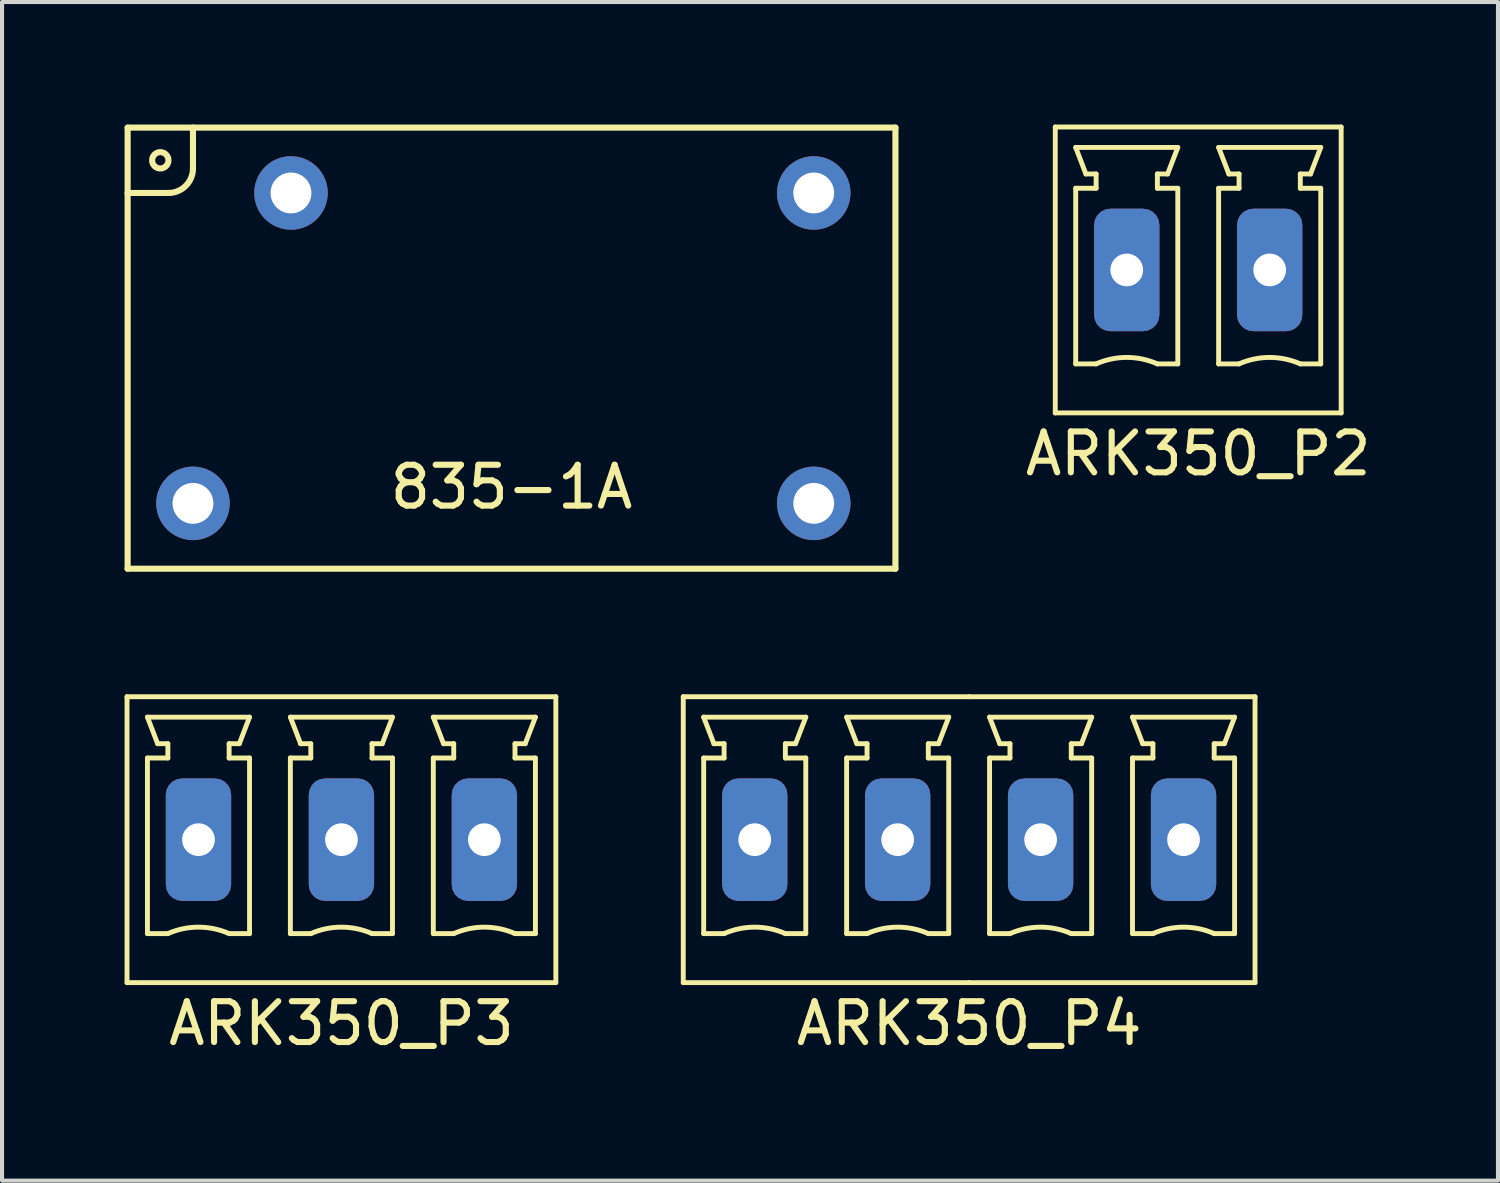
<source format=kicad_pcb>
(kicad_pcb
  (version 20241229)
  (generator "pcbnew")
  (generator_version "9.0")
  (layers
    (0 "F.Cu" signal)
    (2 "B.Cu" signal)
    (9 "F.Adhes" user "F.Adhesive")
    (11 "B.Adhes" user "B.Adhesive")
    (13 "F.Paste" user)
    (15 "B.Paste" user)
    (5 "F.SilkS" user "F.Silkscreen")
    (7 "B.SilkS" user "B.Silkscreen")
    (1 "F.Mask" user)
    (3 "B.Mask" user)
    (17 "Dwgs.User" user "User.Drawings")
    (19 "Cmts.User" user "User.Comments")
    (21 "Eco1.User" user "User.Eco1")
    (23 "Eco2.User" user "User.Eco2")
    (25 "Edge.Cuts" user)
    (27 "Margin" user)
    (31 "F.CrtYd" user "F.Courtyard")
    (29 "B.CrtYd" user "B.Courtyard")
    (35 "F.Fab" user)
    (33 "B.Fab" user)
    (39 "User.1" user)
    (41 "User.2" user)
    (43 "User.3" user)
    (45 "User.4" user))
  (footprint "835-1A"
    (layer "F.Cu")
    (at 9.475 5.475)
    (property "Reference" "835-1A" (at 0 3.4 0) (layer "F.SilkS") (effects (font (size 1 1) (thickness 0.15))))
    (attr through_hole)
    (fp_line (start -9.4 -5.4) (end 9.4 -5.4) (stroke (width 0.15) (type solid)) (layer "F.SilkS"))
    (fp_line (start -9.4 -3.8) (end -8.4 -3.8) (stroke (width 0.15) (type solid)) (layer "F.SilkS"))
    (fp_line (start -9.4 5.4) (end -9.4 -5.4) (stroke (width 0.15) (type solid)) (layer "F.SilkS"))
    (fp_line (start -7.8 -4.4) (end -7.8 -5.4) (stroke (width 0.15) (type solid)) (layer "F.SilkS"))
    (fp_line (start 9.4 -5.4) (end 9.4 5.4) (stroke (width 0.15) (type solid)) (layer "F.SilkS"))
    (fp_line (start 9.4 5.4) (end -9.4 5.4) (stroke (width 0.15) (type solid)) (layer "F.SilkS"))
    (fp_arc (start -7.8 -4.4) (mid -7.975736 -3.975736) (end -8.4 -3.8) (stroke (width 0.15) (type solid)) (layer "F.SilkS"))
    (fp_circle (center -8.6 -4.6) (end -8.4 -4.6) (stroke (width 0.15) (type solid)) (fill no) (layer "F.SilkS"))
    (pad "1" thru_hole circle (at 7.4 -3.8) (size 1.8 1.8) (drill 1) (layers "*.Cu" "*.Mask"))
    (pad "2" thru_hole circle (at 7.4 3.8) (size 1.8 1.8) (drill 1) (layers "*.Cu" "*.Mask"))
    (pad "3" thru_hole circle (at -5.4 -3.8) (size 1.8 1.8) (drill 1) (layers "*.Cu" "*.Mask"))
    (pad "4" thru_hole circle (at -7.8 3.8) (size 1.8 1.8) (drill 1) (layers "*.Cu" "*.Mask")))
  (footprint "ARK350_P2"
    (layer "F.Cu")
    (at 26.289 3.56)
    (property "Reference" "ARK350_P2" (at 0 4.5 0) (layer "F.SilkS") (effects (font (size 1 1) (thickness 0.15))))
    (attr through_hole)
    (fp_line (start -3.5 -3.5) (end -3.5 3.5) (stroke (width 0.12) (type solid)) (layer "F.SilkS"))
    (fp_line (start -3.5 3.5) (end 3.5 3.5) (stroke (width 0.12) (type solid)) (layer "F.SilkS"))
    (fp_line (start -3 -3) (end -0.5 -3) (stroke (width 0.12) (type solid)) (layer "F.SilkS"))
    (fp_line (start -3 -2) (end -2.5 -2) (stroke (width 0.12) (type solid)) (layer "F.SilkS"))
    (fp_line (start -3 2.3) (end -3 -2) (stroke (width 0.12) (type solid)) (layer "F.SilkS"))
    (fp_line (start -2.75 -2.35) (end -3 -3) (stroke (width 0.12) (type solid)) (layer "F.SilkS"))
    (fp_line (start -2.5 -2.35) (end -2.75 -2.35) (stroke (width 0.12) (type solid)) (layer "F.SilkS"))
    (fp_line (start -2.5 -2) (end -2.5 -2.35) (stroke (width 0.12) (type solid)) (layer "F.SilkS"))
    (fp_line (start -2.5 2.3) (end -3 2.3) (stroke (width 0.12) (type solid)) (layer "F.SilkS"))
    (fp_line (start -1 -2.35) (end -1 -2) (stroke (width 0.12) (type solid)) (layer "F.SilkS"))
    (fp_line (start -1 -2) (end -0.5 -2) (stroke (width 0.12) (type solid)) (layer "F.SilkS"))
    (fp_line (start -0.75 -2.35) (end -1 -2.35) (stroke (width 0.12) (type solid)) (layer "F.SilkS"))
    (fp_line (start -0.5 -3) (end -0.75 -2.35) (stroke (width 0.12) (type solid)) (layer "F.SilkS"))
    (fp_line (start -0.5 -2) (end -0.5 2.3) (stroke (width 0.12) (type solid)) (layer "F.SilkS"))
    (fp_line (start -0.5 2.3) (end -1 2.3) (stroke (width 0.12) (type solid)) (layer "F.SilkS"))
    (fp_line (start 0.5 -3) (end 3 -3) (stroke (width 0.12) (type solid)) (layer "F.SilkS"))
    (fp_line (start 0.5 -2) (end 1 -2) (stroke (width 0.12) (type solid)) (layer "F.SilkS"))
    (fp_line (start 0.5 2.3) (end 0.5 -2) (stroke (width 0.12) (type solid)) (layer "F.SilkS"))
    (fp_line (start 0.75 -2.35) (end 0.5 -3) (stroke (width 0.12) (type solid)) (layer "F.SilkS"))
    (fp_line (start 1 -2.35) (end 0.75 -2.35) (stroke (width 0.12) (type solid)) (layer "F.SilkS"))
    (fp_line (start 1 -2) (end 1 -2.35) (stroke (width 0.12) (type solid)) (layer "F.SilkS"))
    (fp_line (start 1 2.3) (end 0.5 2.3) (stroke (width 0.12) (type solid)) (layer "F.SilkS"))
    (fp_line (start 2.5 -2.35) (end 2.5 -2) (stroke (width 0.12) (type solid)) (layer "F.SilkS"))
    (fp_line (start 2.5 -2) (end 3 -2) (stroke (width 0.12) (type solid)) (layer "F.SilkS"))
    (fp_line (start 2.75 -2.35) (end 2.5 -2.35) (stroke (width 0.12) (type solid)) (layer "F.SilkS"))
    (fp_line (start 3 -3) (end 2.75 -2.35) (stroke (width 0.12) (type solid)) (layer "F.SilkS"))
    (fp_line (start 3 -2) (end 3 2.3) (stroke (width 0.12) (type solid)) (layer "F.SilkS"))
    (fp_line (start 3 2.3) (end 2.5 2.3) (stroke (width 0.12) (type solid)) (layer "F.SilkS"))
    (fp_line (start 3.5 -3.5) (end -3.5 -3.5) (stroke (width 0.12) (type solid)) (layer "F.SilkS"))
    (fp_line (start 3.5 3.5) (end 3.5 -3.5) (stroke (width 0.12) (type solid)) (layer "F.SilkS"))
    (fp_arc (start -2.5 2.3) (mid -1.750193 2.14191) (end -1.000353 2.299844) (stroke (width 0.12) (type solid)) (layer "F.SilkS"))
    (fp_arc (start 1 2.3) (mid 1.749807 2.14191) (end 2.499647 2.299844) (stroke (width 0.12) (type solid)) (layer "F.SilkS"))
    (pad "1" thru_hole roundrect (at -1.75 0) (size 1.6 3) (drill 0.8) (layers "*.Cu" "*.Mask") (roundrect_rratio 0.25))
    (pad "2" thru_hole roundrect (at 1.75 0) (size 1.6 3) (drill 0.8) (layers "*.Cu" "*.Mask") (roundrect_rratio 0.25)))
  (footprint "ARK350_P4"
    (layer "F.Cu")
    (at 20.68 17.51)
    (property "Reference" "ARK350_P4" (at 0 4.5 0) (layer "F.SilkS") (effects (font (size 1 1) (thickness 0.15))))
    (attr through_hole)
    (fp_line (start -7 -3.5) (end -7 3.5) (stroke (width 0.12) (type solid)) (layer "F.SilkS"))
    (fp_line (start -7 3.5) (end 0 3.5) (stroke (width 0.12) (type solid)) (layer "F.SilkS"))
    (fp_line (start -6.5 -3) (end -4 -3) (stroke (width 0.12) (type solid)) (layer "F.SilkS"))
    (fp_line (start -6.5 -2) (end -6 -2) (stroke (width 0.12) (type solid)) (layer "F.SilkS"))
    (fp_line (start -6.5 2.3) (end -6.5 -2) (stroke (width 0.12) (type solid)) (layer "F.SilkS"))
    (fp_line (start -6.25 -2.35) (end -6.5 -3) (stroke (width 0.12) (type solid)) (layer "F.SilkS"))
    (fp_line (start -6 -2.35) (end -6.25 -2.35) (stroke (width 0.12) (type solid)) (layer "F.SilkS"))
    (fp_line (start -6 -2) (end -6 -2.35) (stroke (width 0.12) (type solid)) (layer "F.SilkS"))
    (fp_line (start -6 2.3) (end -6.5 2.3) (stroke (width 0.12) (type solid)) (layer "F.SilkS"))
    (fp_line (start -4.5 -2.35) (end -4.5 -2) (stroke (width 0.12) (type solid)) (layer "F.SilkS"))
    (fp_line (start -4.5 -2) (end -4 -2) (stroke (width 0.12) (type solid)) (layer "F.SilkS"))
    (fp_line (start -4.25 -2.35) (end -4.5 -2.35) (stroke (width 0.12) (type solid)) (layer "F.SilkS"))
    (fp_line (start -4 -3) (end -4.25 -2.35) (stroke (width 0.12) (type solid)) (layer "F.SilkS"))
    (fp_line (start -4 -2) (end -4 2.3) (stroke (width 0.12) (type solid)) (layer "F.SilkS"))
    (fp_line (start -4 2.3) (end -4.5 2.3) (stroke (width 0.12) (type solid)) (layer "F.SilkS"))
    (fp_line (start -3 -3) (end -0.5 -3) (stroke (width 0.12) (type solid)) (layer "F.SilkS"))
    (fp_line (start -3 -2) (end -2.5 -2) (stroke (width 0.12) (type solid)) (layer "F.SilkS"))
    (fp_line (start -3 2.3) (end -3 -2) (stroke (width 0.12) (type solid)) (layer "F.SilkS"))
    (fp_line (start -2.75 -2.35) (end -3 -3) (stroke (width 0.12) (type solid)) (layer "F.SilkS"))
    (fp_line (start -2.5 -2.35) (end -2.75 -2.35) (stroke (width 0.12) (type solid)) (layer "F.SilkS"))
    (fp_line (start -2.5 -2) (end -2.5 -2.35) (stroke (width 0.12) (type solid)) (layer "F.SilkS"))
    (fp_line (start -2.5 2.3) (end -3 2.3) (stroke (width 0.12) (type solid)) (layer "F.SilkS"))
    (fp_line (start -1 -2.35) (end -1 -2) (stroke (width 0.12) (type solid)) (layer "F.SilkS"))
    (fp_line (start -1 -2) (end -0.5 -2) (stroke (width 0.12) (type solid)) (layer "F.SilkS"))
    (fp_line (start -0.75 -2.35) (end -1 -2.35) (stroke (width 0.12) (type solid)) (layer "F.SilkS"))
    (fp_line (start -0.5 -3) (end -0.75 -2.35) (stroke (width 0.12) (type solid)) (layer "F.SilkS"))
    (fp_line (start -0.5 -2) (end -0.5 2.3) (stroke (width 0.12) (type solid)) (layer "F.SilkS"))
    (fp_line (start -0.5 2.3) (end -1 2.3) (stroke (width 0.12) (type solid)) (layer "F.SilkS"))
    (fp_line (start 0 -3.5) (end -7 -3.5) (stroke (width 0.12) (type solid)) (layer "F.SilkS"))
    (fp_line (start 0 3.5) (end 7 3.5) (stroke (width 0.12) (type solid)) (layer "F.SilkS"))
    (fp_line (start 0.5 -3) (end 3 -3) (stroke (width 0.12) (type solid)) (layer "F.SilkS"))
    (fp_line (start 0.5 -2) (end 1 -2) (stroke (width 0.12) (type solid)) (layer "F.SilkS"))
    (fp_line (start 0.5 2.3) (end 0.5 -2) (stroke (width 0.12) (type solid)) (layer "F.SilkS"))
    (fp_line (start 0.75 -2.35) (end 0.5 -3) (stroke (width 0.12) (type solid)) (layer "F.SilkS"))
    (fp_line (start 1 -2.35) (end 0.75 -2.35) (stroke (width 0.12) (type solid)) (layer "F.SilkS"))
    (fp_line (start 1 -2) (end 1 -2.35) (stroke (width 0.12) (type solid)) (layer "F.SilkS"))
    (fp_line (start 1 2.3) (end 0.5 2.3) (stroke (width 0.12) (type solid)) (layer "F.SilkS"))
    (fp_line (start 2.5 -2.35) (end 2.5 -2) (stroke (width 0.12) (type solid)) (layer "F.SilkS"))
    (fp_line (start 2.5 -2) (end 3 -2) (stroke (width 0.12) (type solid)) (layer "F.SilkS"))
    (fp_line (start 2.75 -2.35) (end 2.5 -2.35) (stroke (width 0.12) (type solid)) (layer "F.SilkS"))
    (fp_line (start 3 -3) (end 2.75 -2.35) (stroke (width 0.12) (type solid)) (layer "F.SilkS"))
    (fp_line (start 3 -2) (end 3 2.3) (stroke (width 0.12) (type solid)) (layer "F.SilkS"))
    (fp_line (start 3 2.3) (end 2.5 2.3) (stroke (width 0.12) (type solid)) (layer "F.SilkS"))
    (fp_line (start 4 -3) (end 6.5 -3) (stroke (width 0.12) (type solid)) (layer "F.SilkS"))
    (fp_line (start 4 -2) (end 4.5 -2) (stroke (width 0.12) (type solid)) (layer "F.SilkS"))
    (fp_line (start 4 2.3) (end 4 -2) (stroke (width 0.12) (type solid)) (layer "F.SilkS"))
    (fp_line (start 4.25 -2.35) (end 4 -3) (stroke (width 0.12) (type solid)) (layer "F.SilkS"))
    (fp_line (start 4.5 -2.35) (end 4.25 -2.35) (stroke (width 0.12) (type solid)) (layer "F.SilkS"))
    (fp_line (start 4.5 -2) (end 4.5 -2.35) (stroke (width 0.12) (type solid)) (layer "F.SilkS"))
    (fp_line (start 4.5 2.3) (end 4 2.3) (stroke (width 0.12) (type solid)) (layer "F.SilkS"))
    (fp_line (start 6 -2.35) (end 6 -2) (stroke (width 0.12) (type solid)) (layer "F.SilkS"))
    (fp_line (start 6 -2) (end 6.5 -2) (stroke (width 0.12) (type solid)) (layer "F.SilkS"))
    (fp_line (start 6.25 -2.35) (end 6 -2.35) (stroke (width 0.12) (type solid)) (layer "F.SilkS"))
    (fp_line (start 6.5 -3) (end 6.25 -2.35) (stroke (width 0.12) (type solid)) (layer "F.SilkS"))
    (fp_line (start 6.5 -2) (end 6.5 2.3) (stroke (width 0.12) (type solid)) (layer "F.SilkS"))
    (fp_line (start 6.5 2.3) (end 6 2.3) (stroke (width 0.12) (type solid)) (layer "F.SilkS"))
    (fp_line (start 7 -3.5) (end 0 -3.5) (stroke (width 0.12) (type solid)) (layer "F.SilkS"))
    (fp_line (start 7 3.5) (end 7 -3.5) (stroke (width 0.12) (type solid)) (layer "F.SilkS"))
    (fp_arc (start -6 2.3) (mid -5.250193 2.14191) (end -4.500353 2.299844) (stroke (width 0.12) (type solid)) (layer "F.SilkS"))
    (fp_arc (start -2.5 2.3) (mid -1.750193 2.14191) (end -1.000353 2.299844) (stroke (width 0.12) (type solid)) (layer "F.SilkS"))
    (fp_arc (start 1 2.3) (mid 1.749807 2.14191) (end 2.499647 2.299844) (stroke (width 0.12) (type solid)) (layer "F.SilkS"))
    (fp_arc (start 4.5 2.3) (mid 5.249807 2.14191) (end 5.999647 2.299844) (stroke (width 0.12) (type solid)) (layer "F.SilkS"))
    (pad "1" thru_hole roundrect (at -5.25 0) (size 1.6 3) (drill 0.8) (layers "*.Cu" "*.Mask") (roundrect_rratio 0.25))
    (pad "2" thru_hole roundrect (at -1.75 0) (size 1.6 3) (drill 0.8) (layers "*.Cu" "*.Mask") (roundrect_rratio 0.25))
    (pad "3" thru_hole roundrect (at 1.75 0) (size 1.6 3) (drill 0.8) (layers "*.Cu" "*.Mask") (roundrect_rratio 0.25))
    (pad "4" thru_hole roundrect (at 5.25 0) (size 1.6 3) (drill 0.8) (layers "*.Cu" "*.Mask") (roundrect_rratio 0.25)))
  (footprint "ARK350_P3"
    (layer "F.Cu")
    (at 5.31 17.51)
    (property "Reference" "ARK350_P3" (at 0 4.5 0) (layer "F.SilkS") (effects (font (size 1 1) (thickness 0.15))))
    (attr through_hole)
    (fp_line (start -5.25 -3.5) (end -5.25 3.5) (stroke (width 0.12) (type solid)) (layer "F.SilkS"))
    (fp_line (start -5.25 3.5) (end 5.25 3.5) (stroke (width 0.12) (type solid)) (layer "F.SilkS"))
    (fp_line (start -4.75 -3) (end -2.25 -3) (stroke (width 0.12) (type solid)) (layer "F.SilkS"))
    (fp_line (start -4.75 -2) (end -4.25 -2) (stroke (width 0.12) (type solid)) (layer "F.SilkS"))
    (fp_line (start -4.75 2.3) (end -4.75 -2) (stroke (width 0.12) (type solid)) (layer "F.SilkS"))
    (fp_line (start -4.5 -2.35) (end -4.75 -3) (stroke (width 0.12) (type solid)) (layer "F.SilkS"))
    (fp_line (start -4.25 -2.35) (end -4.5 -2.35) (stroke (width 0.12) (type solid)) (layer "F.SilkS"))
    (fp_line (start -4.25 -2) (end -4.25 -2.35) (stroke (width 0.12) (type solid)) (layer "F.SilkS"))
    (fp_line (start -4.25 2.3) (end -4.75 2.3) (stroke (width 0.12) (type solid)) (layer "F.SilkS"))
    (fp_line (start -2.75 -2.35) (end -2.75 -2) (stroke (width 0.12) (type solid)) (layer "F.SilkS"))
    (fp_line (start -2.75 -2) (end -2.25 -2) (stroke (width 0.12) (type solid)) (layer "F.SilkS"))
    (fp_line (start -2.5 -2.35) (end -2.75 -2.35) (stroke (width 0.12) (type solid)) (layer "F.SilkS"))
    (fp_line (start -2.25 -3) (end -2.5 -2.35) (stroke (width 0.12) (type solid)) (layer "F.SilkS"))
    (fp_line (start -2.25 -2) (end -2.25 2.3) (stroke (width 0.12) (type solid)) (layer "F.SilkS"))
    (fp_line (start -2.25 2.3) (end -2.75 2.3) (stroke (width 0.12) (type solid)) (layer "F.SilkS"))
    (fp_line (start -1.25 -3) (end 1.25 -3) (stroke (width 0.12) (type solid)) (layer "F.SilkS"))
    (fp_line (start -1.25 -2) (end -0.75 -2) (stroke (width 0.12) (type solid)) (layer "F.SilkS"))
    (fp_line (start -1.25 2.3) (end -1.25 -2) (stroke (width 0.12) (type solid)) (layer "F.SilkS"))
    (fp_line (start -1 -2.35) (end -1.25 -3) (stroke (width 0.12) (type solid)) (layer "F.SilkS"))
    (fp_line (start -0.75 -2.35) (end -1 -2.35) (stroke (width 0.12) (type solid)) (layer "F.SilkS"))
    (fp_line (start -0.75 -2) (end -0.75 -2.35) (stroke (width 0.12) (type solid)) (layer "F.SilkS"))
    (fp_line (start -0.75 2.3) (end -1.25 2.3) (stroke (width 0.12) (type solid)) (layer "F.SilkS"))
    (fp_line (start 0.75 -2.35) (end 0.75 -2) (stroke (width 0.12) (type solid)) (layer "F.SilkS"))
    (fp_line (start 0.75 -2) (end 1.25 -2) (stroke (width 0.12) (type solid)) (layer "F.SilkS"))
    (fp_line (start 1 -2.35) (end 0.75 -2.35) (stroke (width 0.12) (type solid)) (layer "F.SilkS"))
    (fp_line (start 1.25 -3) (end 1 -2.35) (stroke (width 0.12) (type solid)) (layer "F.SilkS"))
    (fp_line (start 1.25 -2) (end 1.25 2.3) (stroke (width 0.12) (type solid)) (layer "F.SilkS"))
    (fp_line (start 1.25 2.3) (end 0.75 2.3) (stroke (width 0.12) (type solid)) (layer "F.SilkS"))
    (fp_line (start 2.25 -3) (end 4.75 -3) (stroke (width 0.12) (type solid)) (layer "F.SilkS"))
    (fp_line (start 2.25 -2) (end 2.75 -2) (stroke (width 0.12) (type solid)) (layer "F.SilkS"))
    (fp_line (start 2.25 2.3) (end 2.25 -2) (stroke (width 0.12) (type solid)) (layer "F.SilkS"))
    (fp_line (start 2.5 -2.35) (end 2.25 -3) (stroke (width 0.12) (type solid)) (layer "F.SilkS"))
    (fp_line (start 2.75 -2.35) (end 2.5 -2.35) (stroke (width 0.12) (type solid)) (layer "F.SilkS"))
    (fp_line (start 2.75 -2) (end 2.75 -2.35) (stroke (width 0.12) (type solid)) (layer "F.SilkS"))
    (fp_line (start 2.75 2.3) (end 2.25 2.3) (stroke (width 0.12) (type solid)) (layer "F.SilkS"))
    (fp_line (start 4.25 -2.35) (end 4.25 -2) (stroke (width 0.12) (type solid)) (layer "F.SilkS"))
    (fp_line (start 4.25 -2) (end 4.75 -2) (stroke (width 0.12) (type solid)) (layer "F.SilkS"))
    (fp_line (start 4.5 -2.35) (end 4.25 -2.35) (stroke (width 0.12) (type solid)) (layer "F.SilkS"))
    (fp_line (start 4.75 -3) (end 4.5 -2.35) (stroke (width 0.12) (type solid)) (layer "F.SilkS"))
    (fp_line (start 4.75 -2) (end 4.75 2.3) (stroke (width 0.12) (type solid)) (layer "F.SilkS"))
    (fp_line (start 4.75 2.3) (end 4.25 2.3) (stroke (width 0.12) (type solid)) (layer "F.SilkS"))
    (fp_line (start 5.25 -3.5) (end -5.25 -3.5) (stroke (width 0.12) (type solid)) (layer "F.SilkS"))
    (fp_line (start 5.25 3.5) (end 5.25 -3.5) (stroke (width 0.12) (type solid)) (layer "F.SilkS"))
    (fp_arc (start -4.25 2.3) (mid -3.500193 2.14191) (end -2.750353 2.299844) (stroke (width 0.12) (type solid)) (layer "F.SilkS"))
    (fp_arc (start -0.75 2.3) (mid -0.000193 2.14191) (end 0.749647 2.299844) (stroke (width 0.12) (type solid)) (layer "F.SilkS"))
    (fp_arc (start 2.75 2.3) (mid 3.499807 2.14191) (end 4.249647 2.299844) (stroke (width 0.12) (type solid)) (layer "F.SilkS"))
    (pad "1" thru_hole roundrect (at -3.5 0) (size 1.6 3) (drill 0.8) (layers "*.Cu" "*.Mask") (roundrect_rratio 0.25))
    (pad "2" thru_hole roundrect (at 0 0) (size 1.6 3) (drill 0.8) (layers "*.Cu" "*.Mask") (roundrect_rratio 0.25))
    (pad "3" thru_hole roundrect (at 3.5 0) (size 1.6 3) (drill 0.8) (layers "*.Cu" "*.Mask") (roundrect_rratio 0.25)))
  (gr_rect
    (start -3 -3)
    (end 33.629 25.858)
    (stroke (width 0.1) (type default))
    (fill no)
    (layer "Edge.Cuts")))
</source>
